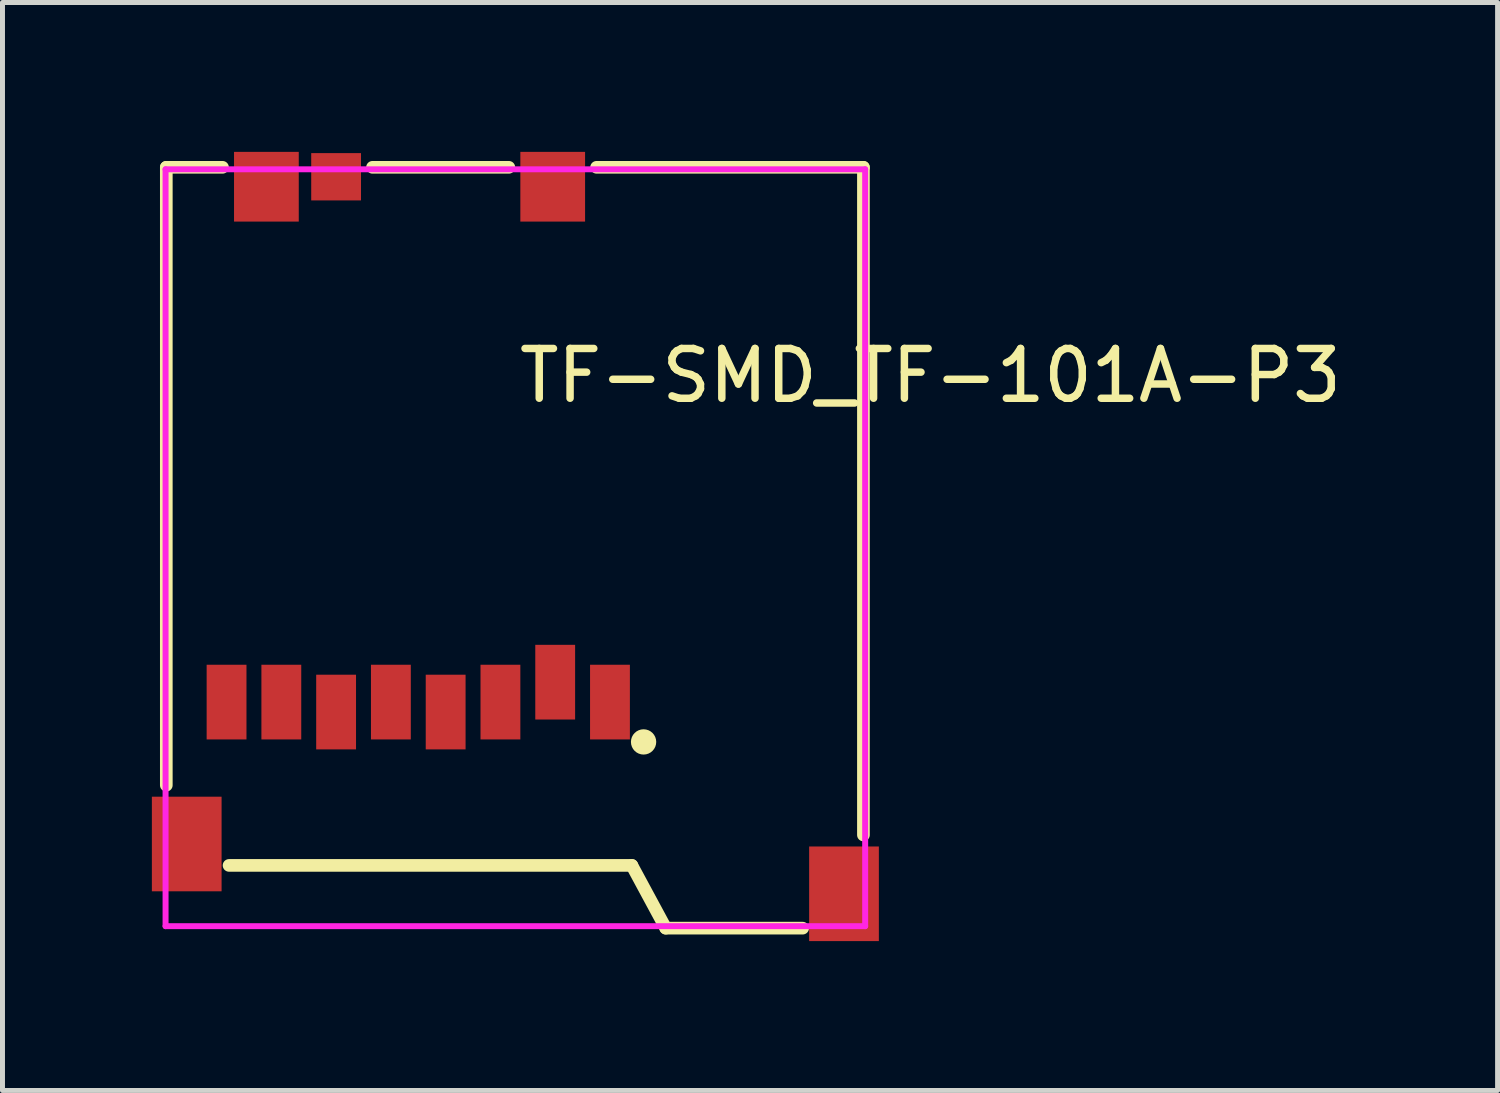
<source format=kicad_pcb>
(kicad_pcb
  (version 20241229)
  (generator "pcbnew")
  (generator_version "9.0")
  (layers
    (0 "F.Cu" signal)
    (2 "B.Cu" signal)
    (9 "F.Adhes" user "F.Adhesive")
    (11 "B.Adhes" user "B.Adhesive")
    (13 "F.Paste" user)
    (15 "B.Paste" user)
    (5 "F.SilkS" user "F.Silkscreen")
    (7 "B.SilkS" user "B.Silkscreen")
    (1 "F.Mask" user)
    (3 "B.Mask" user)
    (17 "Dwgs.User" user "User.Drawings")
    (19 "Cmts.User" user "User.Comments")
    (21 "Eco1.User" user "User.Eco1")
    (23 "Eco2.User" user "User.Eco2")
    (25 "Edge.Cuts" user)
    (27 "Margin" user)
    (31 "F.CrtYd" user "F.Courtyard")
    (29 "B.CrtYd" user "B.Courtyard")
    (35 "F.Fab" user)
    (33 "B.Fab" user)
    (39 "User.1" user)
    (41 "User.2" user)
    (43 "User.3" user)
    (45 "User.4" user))
  (footprint "TF-SMD_TF-101A-P3"
    (layer "F.Cu")
    (at 7.3 7.7)
    (property "Reference" "TF-SMD_TF-101A-P3" (at 0 -3.207 0) (layer "F.SilkS") (effects (font (size 1 1) (thickness 0.15)) (justify left)))
    (attr through_hole)
    (fp_line (start -7.01 -7.39) (end -7.01 5.019) (stroke (width 0.254) (type solid)) (layer "F.SilkS"))
    (fp_line (start -5.881 -7.39) (end -7.01 -7.39) (stroke (width 0.254) (type solid)) (layer "F.SilkS"))
    (fp_line (start -5.75 6.63) (end 2.34 6.63) (stroke (width 0.254) (type solid)) (layer "F.SilkS"))
    (fp_line (start -0.131 -7.39) (end -2.869 -7.39) (stroke (width 0.254) (type solid)) (layer "F.SilkS"))
    (fp_line (start 2.34 6.63) (end 3.02 7.89) (stroke (width 0.254) (type solid)) (layer "F.SilkS"))
    (fp_line (start 3.02 7.89) (end 5.77 7.89) (stroke (width 0.254) (type solid)) (layer "F.SilkS"))
    (fp_line (start 6.99 -7.39) (end 1.631 -7.39) (stroke (width 0.254) (type solid)) (layer "F.SilkS"))
    (fp_line (start 6.99 6.019) (end 6.99 -7.39) (stroke (width 0.254) (type solid)) (layer "F.SilkS"))
    (fp_circle (center 2.575 4.15) (end 2.702 4.15) (stroke (width 0.254) (type solid)) (fill no) (layer "F.SilkS"))
    (fp_circle (center 7.025 7.85) (end 7.055 7.85) (stroke (width 0.06) (type solid)) (fill no) (layer "Eco2.User"))
    (fp_poly (pts (xy -7.025 5.55) (xy -6.175 5.55) (xy -6.175 6.85) (xy -7.025 6.85)) (stroke (width 0.12) (type solid)) (fill no) (layer "Eco2.User"))
    (fp_poly (pts (xy -6.05 2.85) (xy -5.55 2.85) (xy -5.55 3.85) (xy -6.05 3.85)) (stroke (width 0.12) (type solid)) (fill no) (layer "Eco2.User"))
    (fp_poly (pts (xy -5.45 -7.35) (xy -4.55 -7.35) (xy -4.55 -6.35) (xy -5.45 -6.35)) (stroke (width 0.12) (type solid)) (fill no) (layer "Eco2.User"))
    (fp_poly (pts (xy -4.95 2.85) (xy -4.45 2.85) (xy -4.45 3.85) (xy -4.95 3.85)) (stroke (width 0.12) (type solid)) (fill no) (layer "Eco2.User"))
    (fp_poly (pts (xy -3.9 -7.35) (xy -3.3 -7.35) (xy -3.3 -6.85) (xy -3.9 -6.85)) (stroke (width 0.12) (type solid)) (fill no) (layer "Eco2.User"))
    (fp_poly (pts (xy -3.85 3.05) (xy -3.35 3.05) (xy -3.35 4.05) (xy -3.85 4.05)) (stroke (width 0.12) (type solid)) (fill no) (layer "Eco2.User"))
    (fp_poly (pts (xy -2.75 2.85) (xy -2.25 2.85) (xy -2.25 3.85) (xy -2.75 3.85)) (stroke (width 0.12) (type solid)) (fill no) (layer "Eco2.User"))
    (fp_poly (pts (xy -1.65 3.05) (xy -1.15 3.05) (xy -1.15 4.05) (xy -1.65 4.05)) (stroke (width 0.12) (type solid)) (fill no) (layer "Eco2.User"))
    (fp_poly (pts (xy -0.55 2.85) (xy -0.05 2.85) (xy -0.05 3.85) (xy -0.55 3.85)) (stroke (width 0.12) (type solid)) (fill no) (layer "Eco2.User"))
    (fp_poly (pts (xy 0.3 -7.35) (xy 1.2 -7.35) (xy 1.2 -6.35) (xy 0.3 -6.35)) (stroke (width 0.12) (type solid)) (fill no) (layer "Eco2.User"))
    (fp_poly (pts (xy 0.55 2.45) (xy 1.05 2.45) (xy 1.05 3.45) (xy 0.55 3.45)) (stroke (width 0.12) (type solid)) (fill no) (layer "Eco2.User"))
    (fp_poly (pts (xy 1.65 2.85) (xy 2.15 2.85) (xy 2.15 3.85) (xy 1.65 3.85)) (stroke (width 0.12) (type solid)) (fill no) (layer "Eco2.User"))
    (fp_poly (pts (xy 6.3 6.55) (xy 6.9 6.55) (xy 6.9 7.85) (xy 6.3 7.85)) (stroke (width 0.12) (type solid)) (fill no) (layer "Eco2.User"))
    (fp_line (start -7.025 -7.35) (end 7.025 -7.35) (stroke (width 0.12) (type solid)) (layer "F.CrtYd"))
    (fp_line (start -7.025 7.85) (end -7.025 -7.35) (stroke (width 0.12) (type solid)) (layer "F.CrtYd"))
    (fp_line (start 7.025 -7.35) (end 7.025 7.85) (stroke (width 0.12) (type solid)) (layer "F.CrtYd"))
    (fp_line (start 7.025 7.85) (end -7.025 7.85) (stroke (width 0.12) (type solid)) (layer "F.CrtYd"))
    (pad "1" smd rect (at 1.9 3.35) (size 0.8 1.5) (layers "F.Cu" "F.Mask" "F.Paste"))
    (pad "2" smd rect (at 0.8 2.95) (size 0.8 1.5) (layers "F.Cu" "F.Mask" "F.Paste"))
    (pad "3" smd rect (at -0.3 3.35) (size 0.8 1.5) (layers "F.Cu" "F.Mask" "F.Paste"))
    (pad "4" smd rect (at -1.4 3.55) (size 0.8 1.5) (layers "F.Cu" "F.Mask" "F.Paste"))
    (pad "5" smd rect (at -2.5 3.35) (size 0.8 1.5) (layers "F.Cu" "F.Mask" "F.Paste"))
    (pad "6" smd rect (at -3.6 3.55) (size 0.8 1.5) (layers "F.Cu" "F.Mask" "F.Paste"))
    (pad "7" smd rect (at -4.7 3.35) (size 0.8 1.5) (layers "F.Cu" "F.Mask" "F.Paste"))
    (pad "8" smd rect (at -5.8 3.35) (size 0.8 1.5) (layers "F.Cu" "F.Mask" "F.Paste"))
    (pad "9" smd rect (at -6.6 6.2) (size 1.4 1.9) (layers "F.Cu" "F.Mask" "F.Paste"))
    (pad "10" smd rect (at -5 -7) (size 1.3 1.4) (layers "F.Cu" "F.Mask" "F.Paste"))
    (pad "11" smd rect (at 6.6 7.2) (size 1.4 1.9) (layers "F.Cu" "F.Mask" "F.Paste"))
    (pad "12" smd rect (at 0.75 -7) (size 1.3 1.4) (layers "F.Cu" "F.Mask" "F.Paste"))
    (pad "13" smd rect (at -3.6 -7.2) (size 1 0.95) (layers "F.Cu" "F.Mask" "F.Paste")))
  (gr_rect
    (start -3 -3)
    (end 27.026 18.85)
    (stroke (width 0.1) (type default))
    (fill no)
    (layer "Edge.Cuts")))
</source>
